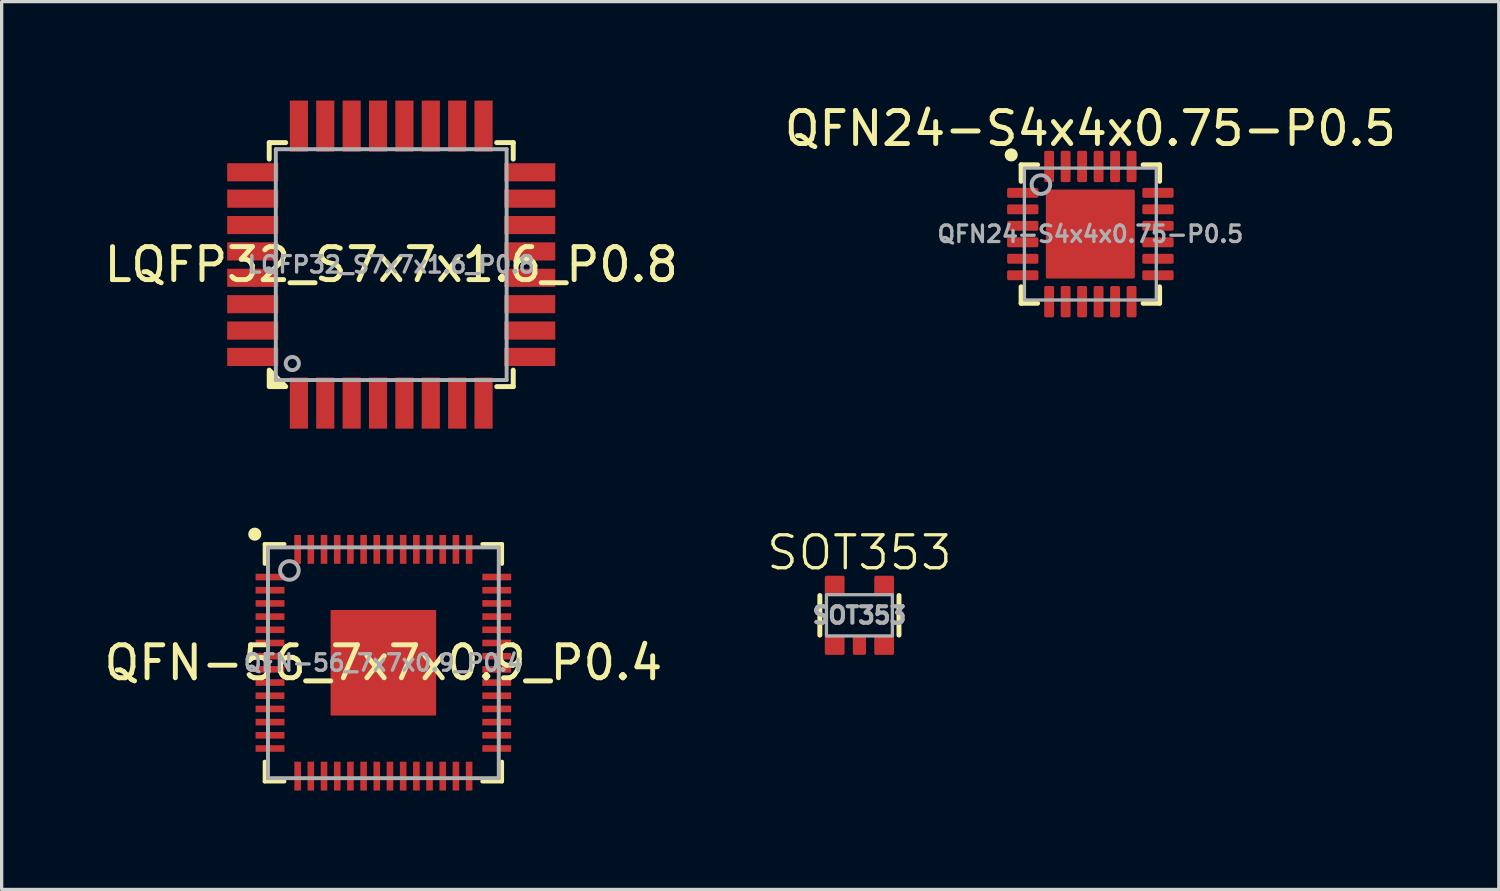
<source format=kicad_pcb>
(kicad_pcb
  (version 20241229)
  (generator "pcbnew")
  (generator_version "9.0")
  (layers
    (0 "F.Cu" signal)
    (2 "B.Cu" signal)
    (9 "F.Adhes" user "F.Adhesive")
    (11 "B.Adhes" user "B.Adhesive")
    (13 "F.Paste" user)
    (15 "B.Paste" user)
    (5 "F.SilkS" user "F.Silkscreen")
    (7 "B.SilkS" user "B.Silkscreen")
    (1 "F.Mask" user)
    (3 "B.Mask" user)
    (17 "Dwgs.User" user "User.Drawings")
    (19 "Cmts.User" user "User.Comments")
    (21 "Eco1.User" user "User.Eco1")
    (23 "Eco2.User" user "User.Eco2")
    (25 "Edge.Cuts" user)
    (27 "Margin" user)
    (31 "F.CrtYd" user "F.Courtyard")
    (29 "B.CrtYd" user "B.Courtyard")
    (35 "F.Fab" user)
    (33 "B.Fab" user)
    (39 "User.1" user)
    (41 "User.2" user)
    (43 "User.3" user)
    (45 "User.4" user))
  (footprint "QFN-56_7x7x0.9_P0.4"
    (layer "F.Cu")
    (at 8.577 17.05)
    (property "Reference" "QFN-56_7x7x0.9_P0.4" (at 0 0 0) (layer "F.SilkS") (effects (font (size 1 1) (thickness 0.15))))
    (attr smd)
    (fp_line (start -3.6 -3.6) (end -3 -3.6) (stroke (width 0.12) (type default)) (layer "F.SilkS"))
    (fp_line (start -3.6 -3) (end -3.6 -3.6) (stroke (width 0.12) (type default)) (layer "F.SilkS"))
    (fp_line (start -3.6 3.6) (end -3.6 3) (stroke (width 0.12) (type default)) (layer "F.SilkS"))
    (fp_line (start -3 3.6) (end -3.6 3.6) (stroke (width 0.12) (type default)) (layer "F.SilkS"))
    (fp_line (start 3 -3.6) (end 3.6 -3.6) (stroke (width 0.12) (type default)) (layer "F.SilkS"))
    (fp_line (start 3.6 -3.6) (end 3.6 -3) (stroke (width 0.12) (type default)) (layer "F.SilkS"))
    (fp_line (start 3.6 3) (end 3.6 3.6) (stroke (width 0.12) (type default)) (layer "F.SilkS"))
    (fp_line (start 3.6 3.6) (end 3 3.6) (stroke (width 0.12) (type default)) (layer "F.SilkS"))
    (fp_circle (center -3.9 -3.9) (end -3.8 -3.9) (stroke (width 0.2) (type solid)) (fill no) (layer "F.SilkS"))
    (fp_line (start -3.5 -3.5) (end -3.5 3.5) (stroke (width 0.12) (type solid)) (layer "F.Fab"))
    (fp_line (start -3.5 3.5) (end 3.5 3.5) (stroke (width 0.12) (type solid)) (layer "F.Fab"))
    (fp_line (start 3.5 -3.5) (end -3.5 -3.5) (stroke (width 0.12) (type solid)) (layer "F.Fab"))
    (fp_line (start 3.5 3.5) (end 3.5 -3.5) (stroke (width 0.12) (type solid)) (layer "F.Fab"))
    (fp_circle (center -2.85 -2.8) (end -3.05 -3) (stroke (width 0.12) (type solid)) (fill no) (layer "F.Fab"))
    (fp_text user "${REFERENCE}" (at 0 0 0) (layer "F.Fab") (effects (font (size 0.5 0.5) (thickness 0.1))))
    (pad "1" smd rect (at -3.438 -2.6 90) (size 0.2 0.875) (layers "F.Cu" "F.Mask" "F.Paste"))
    (pad "2" smd rect (at -3.438 -2.2 90) (size 0.2 0.875) (layers "F.Cu" "F.Mask" "F.Paste"))
    (pad "3" smd rect (at -3.438 -1.8 90) (size 0.2 0.875) (layers "F.Cu" "F.Mask" "F.Paste"))
    (pad "4" smd rect (at -3.438 -1.4 90) (size 0.2 0.875) (layers "F.Cu" "F.Mask" "F.Paste"))
    (pad "5" smd rect (at -3.438 -1 90) (size 0.2 0.875) (layers "F.Cu" "F.Mask" "F.Paste"))
    (pad "6" smd rect (at -3.438 -0.6 90) (size 0.2 0.875) (layers "F.Cu" "F.Mask" "F.Paste"))
    (pad "7" smd rect (at -3.438 -0.2 90) (size 0.2 0.875) (layers "F.Cu" "F.Mask" "F.Paste"))
    (pad "8" smd rect (at -3.438 0.2 90) (size 0.2 0.875) (layers "F.Cu" "F.Mask" "F.Paste"))
    (pad "9" smd rect (at -3.438 0.6 90) (size 0.2 0.875) (layers "F.Cu" "F.Mask" "F.Paste"))
    (pad "10" smd rect (at -3.438 1 90) (size 0.2 0.875) (layers "F.Cu" "F.Mask" "F.Paste"))
    (pad "11" smd rect (at -3.438 1.4 90) (size 0.2 0.875) (layers "F.Cu" "F.Mask" "F.Paste"))
    (pad "12" smd rect (at -3.438 1.8 90) (size 0.2 0.875) (layers "F.Cu" "F.Mask" "F.Paste"))
    (pad "13" smd rect (at -3.438 2.2 90) (size 0.2 0.875) (layers "F.Cu" "F.Mask" "F.Paste"))
    (pad "14" smd rect (at -3.438 2.6 90) (size 0.2 0.875) (layers "F.Cu" "F.Mask" "F.Paste"))
    (pad "15" smd rect (at -2.6 3.438) (size 0.2 0.875) (layers "F.Cu" "F.Mask" "F.Paste"))
    (pad "16" smd rect (at -2.2 3.438) (size 0.2 0.875) (layers "F.Cu" "F.Mask" "F.Paste"))
    (pad "17" smd rect (at -1.8 3.438) (size 0.2 0.875) (layers "F.Cu" "F.Mask" "F.Paste"))
    (pad "18" smd rect (at -1.4 3.438) (size 0.2 0.875) (layers "F.Cu" "F.Mask" "F.Paste"))
    (pad "19" smd rect (at -1 3.438) (size 0.2 0.875) (layers "F.Cu" "F.Mask" "F.Paste"))
    (pad "20" smd rect (at -0.6 3.438) (size 0.2 0.875) (layers "F.Cu" "F.Mask" "F.Paste"))
    (pad "21" smd rect (at -0.2 3.438) (size 0.2 0.875) (layers "F.Cu" "F.Mask" "F.Paste"))
    (pad "22" smd rect (at 0.2 3.438) (size 0.2 0.875) (layers "F.Cu" "F.Mask" "F.Paste"))
    (pad "23" smd rect (at 0.6 3.438) (size 0.2 0.875) (layers "F.Cu" "F.Mask" "F.Paste"))
    (pad "24" smd rect (at 1 3.438) (size 0.2 0.875) (layers "F.Cu" "F.Mask" "F.Paste"))
    (pad "25" smd rect (at 1.4 3.438) (size 0.2 0.875) (layers "F.Cu" "F.Mask" "F.Paste"))
    (pad "26" smd rect (at 1.8 3.438) (size 0.2 0.875) (layers "F.Cu" "F.Mask" "F.Paste"))
    (pad "27" smd rect (at 2.2 3.438) (size 0.2 0.875) (layers "F.Cu" "F.Mask" "F.Paste"))
    (pad "28" smd rect (at 2.6 3.438) (size 0.2 0.875) (layers "F.Cu" "F.Mask" "F.Paste"))
    (pad "29" smd rect (at 3.438 2.6 90) (size 0.2 0.875) (layers "F.Cu" "F.Mask" "F.Paste"))
    (pad "30" smd rect (at 3.438 2.2 90) (size 0.2 0.875) (layers "F.Cu" "F.Mask" "F.Paste"))
    (pad "31" smd rect (at 3.438 1.8 90) (size 0.2 0.875) (layers "F.Cu" "F.Mask" "F.Paste"))
    (pad "32" smd rect (at 3.438 1.4 90) (size 0.2 0.875) (layers "F.Cu" "F.Mask" "F.Paste"))
    (pad "33" smd rect (at 3.438 1 90) (size 0.2 0.875) (layers "F.Cu" "F.Mask" "F.Paste"))
    (pad "34" smd rect (at 3.438 0.6 90) (size 0.2 0.875) (layers "F.Cu" "F.Mask" "F.Paste"))
    (pad "35" smd rect (at 3.438 0.2 90) (size 0.2 0.875) (layers "F.Cu" "F.Mask" "F.Paste"))
    (pad "36" smd rect (at 3.438 -0.2 90) (size 0.2 0.875) (layers "F.Cu" "F.Mask" "F.Paste"))
    (pad "37" smd rect (at 3.438 -0.6 90) (size 0.2 0.875) (layers "F.Cu" "F.Mask" "F.Paste"))
    (pad "38" smd rect (at 3.438 -1 90) (size 0.2 0.875) (layers "F.Cu" "F.Mask" "F.Paste"))
    (pad "39" smd rect (at 3.438 -1.4 90) (size 0.2 0.875) (layers "F.Cu" "F.Mask" "F.Paste"))
    (pad "40" smd rect (at 3.438 -1.8 90) (size 0.2 0.875) (layers "F.Cu" "F.Mask" "F.Paste"))
    (pad "41" smd rect (at 3.438 -2.2 90) (size 0.2 0.875) (layers "F.Cu" "F.Mask" "F.Paste"))
    (pad "42" smd rect (at 3.438 -2.6 90) (size 0.2 0.875) (layers "F.Cu" "F.Mask" "F.Paste"))
    (pad "43" smd rect (at 2.6 -3.438 180) (size 0.2 0.875) (layers "F.Cu" "F.Mask" "F.Paste"))
    (pad "44" smd rect (at 2.2 -3.438 180) (size 0.2 0.875) (layers "F.Cu" "F.Mask" "F.Paste"))
    (pad "45" smd rect (at 1.8 -3.438 180) (size 0.2 0.875) (layers "F.Cu" "F.Mask" "F.Paste"))
    (pad "46" smd rect (at 1.4 -3.438 180) (size 0.2 0.875) (layers "F.Cu" "F.Mask" "F.Paste"))
    (pad "47" smd rect (at 1 -3.438 180) (size 0.2 0.875) (layers "F.Cu" "F.Mask" "F.Paste"))
    (pad "48" smd rect (at 0.6 -3.438 180) (size 0.2 0.875) (layers "F.Cu" "F.Mask" "F.Paste"))
    (pad "49" smd rect (at 0.2 -3.438 180) (size 0.2 0.875) (layers "F.Cu" "F.Mask" "F.Paste"))
    (pad "50" smd rect (at -0.2 -3.438 180) (size 0.2 0.875) (layers "F.Cu" "F.Mask" "F.Paste"))
    (pad "51" smd rect (at -0.6 -3.438 180) (size 0.2 0.875) (layers "F.Cu" "F.Mask" "F.Paste"))
    (pad "52" smd rect (at -1 -3.438 180) (size 0.2 0.875) (layers "F.Cu" "F.Mask" "F.Paste"))
    (pad "53" smd rect (at -1.4 -3.438 180) (size 0.2 0.875) (layers "F.Cu" "F.Mask" "F.Paste"))
    (pad "54" smd rect (at -1.8 -3.438 180) (size 0.2 0.875) (layers "F.Cu" "F.Mask" "F.Paste"))
    (pad "55" smd rect (at -2.2 -3.438 180) (size 0.2 0.875) (layers "F.Cu" "F.Mask" "F.Paste"))
    (pad "56" smd rect (at -2.6 -3.438 180) (size 0.2 0.875) (layers "F.Cu" "F.Mask" "F.Paste"))
    (pad "57" smd rect (at 0 0 180) (size 3.2 3.2) (layers "F.Cu" "F.Mask" "F.Paste")))
  (footprint "SOT353"
    (layer "F.Cu")
    (at 23.014 15.611)
    (property "Reference" "SOT353" (at 0 -1.9 0) (unlocked yes) (layer "F.SilkS") (effects (font (size 1 1) (thickness 0.1))))
    (attr smd)
    (fp_line (start -1.2 0.6) (end -1.2 -0.6) (stroke (width 0.15) (type default)) (layer "F.SilkS"))
    (fp_line (start 1.2 -0.6) (end 1.2 0.6) (stroke (width 0.15) (type default)) (layer "F.SilkS"))
    (fp_rect (start -1 -0.625) (end 1 0.625) (stroke (width 0.1) (type default)) (fill no) (layer "F.Fab"))
    (fp_text user "${REFERENCE}" (at 0 0 0) (unlocked yes) (layer "F.Fab") (effects (font (size 0.5 0.5) (thickness 0.15))))
    (pad "1" smd roundrect (at -0.75 0.9 180) (size 0.6 0.6) (layers "F.Cu" "F.Mask" "F.Paste") (roundrect_rratio 0.083))
    (pad "2" smd roundrect (at 0 0.9 180) (size 0.4 0.6) (layers "F.Cu" "F.Mask" "F.Paste") (roundrect_rratio 0.125))
    (pad "3" smd roundrect (at 0.75 0.9 180) (size 0.6 0.6) (layers "F.Cu" "F.Mask" "F.Paste") (roundrect_rratio 0.083))
    (pad "4" smd roundrect (at 0.75 -0.9 180) (size 0.6 0.6) (layers "F.Cu" "F.Mask" "F.Paste") (roundrect_rratio 0.083))
    (pad "5" smd roundrect (at -0.75 -0.9 180) (size 0.6 0.6) (layers "F.Cu" "F.Mask" "F.Paste") (roundrect_rratio 0.083)))
  (footprint "QFN24-S4x4x0.75-P0.5"
    (layer "F.Cu")
    (at 30.018 4.048)
    (property "Reference" "QFN24-S4x4x0.75-P0.5" (at 0 -3.2 0) (layer "F.SilkS") (effects (font (size 1 1) (thickness 0.15))))
    (attr smd)
    (fp_line (start -2.1 -2.1) (end -1.6 -2.1) (stroke (width 0.15) (type default)) (layer "F.SilkS"))
    (fp_line (start -2.1 -1.6) (end -2.1 -2.1) (stroke (width 0.15) (type default)) (layer "F.SilkS"))
    (fp_line (start -2.1 2.1) (end -2.1 1.6) (stroke (width 0.15) (type default)) (layer "F.SilkS"))
    (fp_line (start -1.6 2.1) (end -2.1 2.1) (stroke (width 0.15) (type default)) (layer "F.SilkS"))
    (fp_line (start 1.6 -2.1) (end 2.1 -2.1) (stroke (width 0.15) (type default)) (layer "F.SilkS"))
    (fp_line (start 2.1 -2.1) (end 2.1 -1.6) (stroke (width 0.15) (type default)) (layer "F.SilkS"))
    (fp_line (start 2.1 1.6) (end 2.1 2.1) (stroke (width 0.15) (type default)) (layer "F.SilkS"))
    (fp_line (start 2.1 2.1) (end 1.6 2.1) (stroke (width 0.15) (type default)) (layer "F.SilkS"))
    (fp_circle (center -2.4 -2.4) (end -2.3 -2.4) (stroke (width 0.2) (type solid)) (fill no) (layer "F.SilkS"))
    (fp_rect (start -2 -2) (end 2 2) (stroke (width 0.1) (type default)) (fill no) (layer "F.Fab"))
    (fp_circle (center -1.5 -1.5) (end -1.7 -1.7) (stroke (width 0.12) (type solid)) (fill no) (layer "F.Fab"))
    (fp_text user "${REFERENCE}" (at 0 0 0) (layer "F.Fab") (effects (font (size 0.5 0.5) (thickness 0.1))))
    (pad "1" smd roundrect (at -2.05 -1.25 90) (size 0.3 0.95) (layers "F.Cu" "F.Mask" "F.Paste") (roundrect_rratio 0.167))
    (pad "2" smd roundrect (at -2.05 -0.75 90) (size 0.3 0.95) (layers "F.Cu" "F.Mask" "F.Paste") (roundrect_rratio 0.167))
    (pad "3" smd roundrect (at -2.05 -0.25 90) (size 0.3 0.95) (layers "F.Cu" "F.Mask" "F.Paste") (roundrect_rratio 0.167))
    (pad "4" smd roundrect (at -2.05 0.25 90) (size 0.3 0.95) (layers "F.Cu" "F.Mask" "F.Paste") (roundrect_rratio 0.167))
    (pad "5" smd roundrect (at -2.05 0.75 90) (size 0.3 0.95) (layers "F.Cu" "F.Mask" "F.Paste") (roundrect_rratio 0.167))
    (pad "6" smd roundrect (at -2.05 1.25 90) (size 0.3 0.95) (layers "F.Cu" "F.Mask" "F.Paste") (roundrect_rratio 0.167))
    (pad "7" smd roundrect (at -1.25 2.05 180) (size 0.3 0.95) (layers "F.Cu" "F.Mask" "F.Paste") (roundrect_rratio 0.167))
    (pad "8" smd roundrect (at -0.75 2.05 180) (size 0.3 0.95) (layers "F.Cu" "F.Mask" "F.Paste") (roundrect_rratio 0.167))
    (pad "9" smd roundrect (at -0.25 2.05 180) (size 0.3 0.95) (layers "F.Cu" "F.Mask" "F.Paste") (roundrect_rratio 0.167))
    (pad "10" smd roundrect (at 0.25 2.05 180) (size 0.3 0.95) (layers "F.Cu" "F.Mask" "F.Paste") (roundrect_rratio 0.167))
    (pad "11" smd roundrect (at 0.75 2.05 180) (size 0.3 0.95) (layers "F.Cu" "F.Mask" "F.Paste") (roundrect_rratio 0.167))
    (pad "12" smd roundrect (at 1.25 2.05 180) (size 0.3 0.95) (layers "F.Cu" "F.Mask" "F.Paste") (roundrect_rratio 0.167))
    (pad "13" smd roundrect (at 2.05 1.25 90) (size 0.3 0.95) (layers "F.Cu" "F.Mask" "F.Paste") (roundrect_rratio 0.167))
    (pad "14" smd roundrect (at 2.05 0.75 90) (size 0.3 0.95) (layers "F.Cu" "F.Mask" "F.Paste") (roundrect_rratio 0.167))
    (pad "15" smd roundrect (at 2.05 0.25 90) (size 0.3 0.95) (layers "F.Cu" "F.Mask" "F.Paste") (roundrect_rratio 0.167))
    (pad "16" smd roundrect (at 2.05 -0.25 90) (size 0.3 0.95) (layers "F.Cu" "F.Mask" "F.Paste") (roundrect_rratio 0.167))
    (pad "17" smd roundrect (at 2.05 -0.75 90) (size 0.3 0.95) (layers "F.Cu" "F.Mask" "F.Paste") (roundrect_rratio 0.167))
    (pad "18" smd roundrect (at 2.05 -1.25 90) (size 0.3 0.95) (layers "F.Cu" "F.Mask" "F.Paste") (roundrect_rratio 0.167))
    (pad "19" smd roundrect (at 1.25 -2.05 180) (size 0.3 0.95) (layers "F.Cu" "F.Mask" "F.Paste") (roundrect_rratio 0.167))
    (pad "20" smd roundrect (at 0.75 -2.05 180) (size 0.3 0.95) (layers "F.Cu" "F.Mask" "F.Paste") (roundrect_rratio 0.167))
    (pad "21" smd roundrect (at 0.25 -2.05 180) (size 0.3 0.95) (layers "F.Cu" "F.Mask" "F.Paste") (roundrect_rratio 0.167))
    (pad "22" smd roundrect (at -0.25 -2.05 180) (size 0.3 0.95) (layers "F.Cu" "F.Mask" "F.Paste") (roundrect_rratio 0.167))
    (pad "23" smd roundrect (at -0.75 -2.05 180) (size 0.3 0.95) (layers "F.Cu" "F.Mask" "F.Paste") (roundrect_rratio 0.167))
    (pad "24" smd roundrect (at -1.25 -2.05 180) (size 0.3 0.95) (layers "F.Cu" "F.Mask" "F.Paste") (roundrect_rratio 0.167))
    (pad "25" smd roundrect (at 0 0 90) (size 2.7 2.7) (layers "F.Cu" "F.Mask" "F.Paste") (roundrect_rratio 0.019)))
  (footprint "LQFP32_S7x7x1.6_P0.8"
    (layer "F.Cu")
    (at 8.815 4.975)
    (property "Reference" "LQFP32_S7x7x1.6_P0.8" (at 0 0 0) (layer "F.SilkS") (effects (font (size 1 1) (thickness 0.15))))
    (attr smd)
    (fp_line (start -3.7 -3.7) (end -3.7 -3.2) (stroke (width 0.15) (type solid)) (layer "F.SilkS"))
    (fp_line (start -3.2 -3.7) (end -3.7 -3.7) (stroke (width 0.15) (type solid)) (layer "F.SilkS"))
    (fp_line (start 3.2 3.7) (end 3.7 3.7) (stroke (width 0.15) (type solid)) (layer "F.SilkS"))
    (fp_line (start 3.7 -3.7) (end 3.2 -3.7) (stroke (width 0.15) (type solid)) (layer "F.SilkS"))
    (fp_line (start 3.7 -3.2) (end 3.7 -3.7) (stroke (width 0.15) (type solid)) (layer "F.SilkS"))
    (fp_line (start 3.7 3.7) (end 3.7 3.2) (stroke (width 0.15) (type solid)) (layer "F.SilkS"))
    (fp_poly (pts (xy -3.2 3.7) (xy -3.7 3.7) (xy -3.7 3.2)) (stroke (width 0.15) (type solid)) (fill yes) (layer "F.SilkS"))
    (fp_line (start -3.5 -3.5) (end -3.5 3.5) (stroke (width 0.12) (type solid)) (layer "F.Fab"))
    (fp_line (start -3.5 3.5) (end 3.5 3.5) (stroke (width 0.12) (type solid)) (layer "F.Fab"))
    (fp_line (start 3.5 -3.5) (end -3.5 -3.5) (stroke (width 0.12) (type solid)) (layer "F.Fab"))
    (fp_line (start 3.5 3.5) (end 3.5 -3.5) (stroke (width 0.12) (type solid)) (layer "F.Fab"))
    (fp_circle (center -3 3) (end -3 2.8) (stroke (width 0.12) (type solid)) (fill no) (layer "F.Fab"))
    (fp_text user "${REFERENCE}" (at 0 0 0) (layer "F.Fab") (effects (font (size 0.5 0.5) (thickness 0.1))))
    (pad "1" smd rect (at -2.8 4.2) (size 0.55 1.55) (layers "F.Cu" "F.Mask" "F.Paste"))
    (pad "2" smd rect (at -2 4.2) (size 0.55 1.55) (layers "F.Cu" "F.Mask" "F.Paste"))
    (pad "3" smd rect (at -1.2 4.2) (size 0.55 1.55) (layers "F.Cu" "F.Mask" "F.Paste"))
    (pad "4" smd rect (at -0.4 4.2) (size 0.55 1.55) (layers "F.Cu" "F.Mask" "F.Paste"))
    (pad "5" smd rect (at 0.4 4.2) (size 0.55 1.55) (layers "F.Cu" "F.Mask" "F.Paste"))
    (pad "6" smd rect (at 1.2 4.2) (size 0.55 1.55) (layers "F.Cu" "F.Mask" "F.Paste"))
    (pad "7" smd rect (at 2 4.2) (size 0.55 1.55) (layers "F.Cu" "F.Mask" "F.Paste"))
    (pad "8" smd rect (at 2.8 4.2) (size 0.55 1.55) (layers "F.Cu" "F.Mask" "F.Paste"))
    (pad "9" smd rect (at 4.2 2.8 90) (size 0.55 1.55) (layers "F.Cu" "F.Mask" "F.Paste"))
    (pad "10" smd rect (at 4.2 2 90) (size 0.55 1.55) (layers "F.Cu" "F.Mask" "F.Paste"))
    (pad "11" smd rect (at 4.2 1.2 90) (size 0.55 1.55) (layers "F.Cu" "F.Mask" "F.Paste"))
    (pad "12" smd rect (at 4.2 0.4 90) (size 0.55 1.55) (layers "F.Cu" "F.Mask" "F.Paste"))
    (pad "13" smd rect (at 4.2 -0.4 90) (size 0.55 1.55) (layers "F.Cu" "F.Mask" "F.Paste"))
    (pad "14" smd rect (at 4.2 -1.2 90) (size 0.55 1.55) (layers "F.Cu" "F.Mask" "F.Paste"))
    (pad "15" smd rect (at 4.2 -2 90) (size 0.55 1.55) (layers "F.Cu" "F.Mask" "F.Paste"))
    (pad "16" smd rect (at 4.2 -2.8 90) (size 0.55 1.55) (layers "F.Cu" "F.Mask" "F.Paste"))
    (pad "17" smd rect (at 2.8 -4.2 180) (size 0.55 1.55) (layers "F.Cu" "F.Mask" "F.Paste"))
    (pad "18" smd rect (at 2 -4.2 180) (size 0.55 1.55) (layers "F.Cu" "F.Mask" "F.Paste"))
    (pad "19" smd rect (at 1.2 -4.2 180) (size 0.55 1.55) (layers "F.Cu" "F.Mask" "F.Paste"))
    (pad "20" smd rect (at 0.4 -4.2 180) (size 0.55 1.55) (layers "F.Cu" "F.Mask" "F.Paste"))
    (pad "21" smd rect (at -0.4 -4.2 180) (size 0.55 1.55) (layers "F.Cu" "F.Mask" "F.Paste"))
    (pad "22" smd rect (at -1.2 -4.2 180) (size 0.55 1.55) (layers "F.Cu" "F.Mask" "F.Paste"))
    (pad "23" smd rect (at -2 -4.2 180) (size 0.55 1.55) (layers "F.Cu" "F.Mask" "F.Paste"))
    (pad "24" smd rect (at -2.8 -4.2 180) (size 0.55 1.55) (layers "F.Cu" "F.Mask" "F.Paste"))
    (pad "25" smd rect (at -4.2 -2.8 270) (size 0.55 1.55) (layers "F.Cu" "F.Mask" "F.Paste"))
    (pad "26" smd rect (at -4.2 -2 270) (size 0.55 1.55) (layers "F.Cu" "F.Mask" "F.Paste"))
    (pad "27" smd rect (at -4.2 -1.2 270) (size 0.55 1.55) (layers "F.Cu" "F.Mask" "F.Paste"))
    (pad "28" smd rect (at -4.2 -0.4 270) (size 0.55 1.55) (layers "F.Cu" "F.Mask" "F.Paste"))
    (pad "29" smd rect (at -4.2 0.4 270) (size 0.55 1.55) (layers "F.Cu" "F.Mask" "F.Paste"))
    (pad "30" smd rect (at -4.2 1.2 270) (size 0.55 1.55) (layers "F.Cu" "F.Mask" "F.Paste"))
    (pad "31" smd rect (at -4.2 2 270) (size 0.55 1.55) (layers "F.Cu" "F.Mask" "F.Paste"))
    (pad "32" smd rect (at -4.2 2.8 270) (size 0.55 1.55) (layers "F.Cu" "F.Mask" "F.Paste")))
  (gr_rect
    (start -3 -3)
    (end 42.405 23.925)
    (stroke (width 0.1) (type default))
    (fill no)
    (layer "Edge.Cuts")))
</source>
